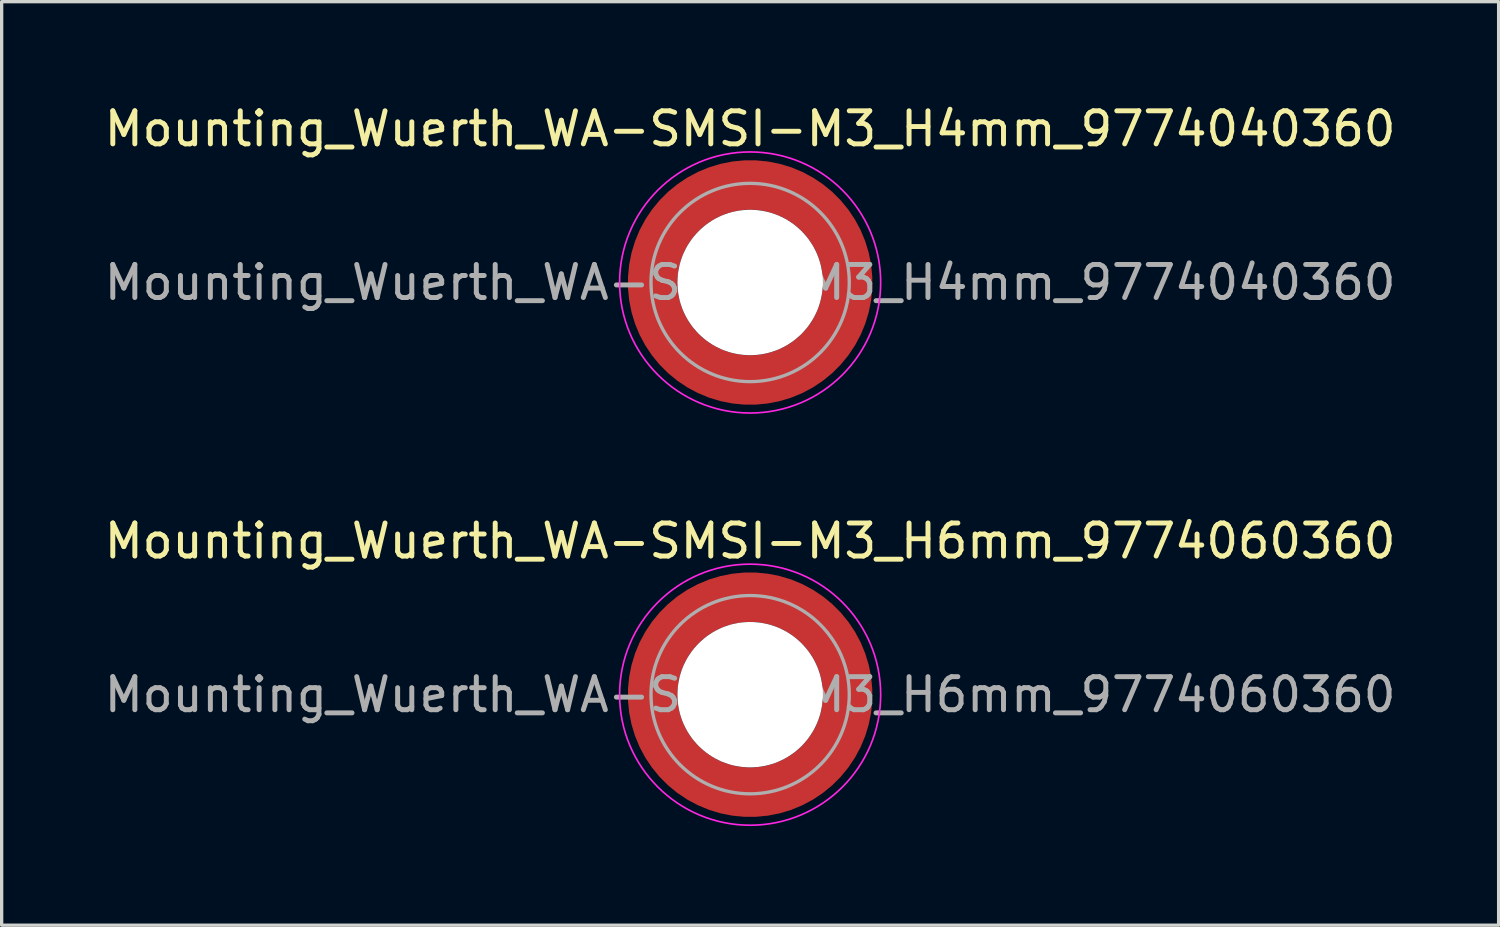
<source format=kicad_pcb>
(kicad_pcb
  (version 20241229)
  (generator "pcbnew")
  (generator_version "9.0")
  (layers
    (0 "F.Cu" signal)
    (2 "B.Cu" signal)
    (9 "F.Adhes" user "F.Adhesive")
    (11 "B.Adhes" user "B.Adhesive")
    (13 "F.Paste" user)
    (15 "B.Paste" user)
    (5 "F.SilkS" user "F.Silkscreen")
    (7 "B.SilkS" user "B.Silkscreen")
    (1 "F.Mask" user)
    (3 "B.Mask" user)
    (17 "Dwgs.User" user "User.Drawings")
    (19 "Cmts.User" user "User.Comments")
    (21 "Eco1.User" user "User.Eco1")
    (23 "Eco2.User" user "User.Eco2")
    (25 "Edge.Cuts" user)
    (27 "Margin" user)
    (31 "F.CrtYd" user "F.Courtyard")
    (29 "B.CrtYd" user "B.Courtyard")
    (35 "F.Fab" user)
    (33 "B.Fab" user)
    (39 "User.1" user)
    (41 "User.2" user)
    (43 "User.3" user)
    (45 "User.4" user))
  (footprint "Mounting_Wuerth_WA-SMSI-M3_H4mm_9774040360"
    (layer "F.Cu")
    (at 19.649 5.498)
    (property "Reference" "Mounting_Wuerth_WA-SMSI-M3_H4mm_9774040360" (at 0 -4.65 0) (layer "F.SilkS") (effects (font (size 1 1) (thickness 0.15))))
    (property "Mouser Part no." "" (at 0 0 0) (layer "F.Fab") (effects (font (size 1.27 1.27) (thickness 0.15))))
    (property "Mouser link" "" (at 0 0 0) (layer "F.Fab") (effects (font (size 1.27 1.27) (thickness 0.15))))
    (attr smd)
    (fp_circle (center 0 0) (end 3.95 0) (stroke (width 0.05) (type solid)) (fill no) (layer "F.CrtYd"))
    (fp_circle (center 0 0) (end 3 0) (stroke (width 0.1) (type solid)) (fill no) (layer "F.Fab"))
    (fp_text user "${REFERENCE}" (at 0 0 0) (layer "F.Fab") (effects (font (size 1 1) (thickness 0.15))))
    (pad "" smd custom (at -2.058 -2.058) (size 0.7 0.7) (layers "F.Paste") (options (anchor circle)) (primitives (gr_arc (start -0.377294 1.707681) (mid 0.317579 0.318817) (end 1.705947 -0.377044) (width 0.2)) (gr_arc (start -0.478281 1.707681) (mid 0.246161 0.248814) (end 1.703965 -0.477765) (width 0.2)) (gr_arc (start -0.579192 1.707681) (mid 0.175492 0.178063) (end 1.704077 -0.578711) (width 0.2)) (gr_arc (start -0.680037 1.707681) (mid 0.105568 0.106564) (end 1.706284 -0.679858) (width 0.2)) (gr_arc (start -0.780822 1.707681) (mid 0.034627 0.036085) (end 1.705634 -0.780569) (width 0.2)) (gr_arc (start -0.881554 1.707681) (mid -0.035694 -0.035016) (end 1.706729 -0.881441) (width 0.2)) (gr_arc (start -0.982237 1.707681) (mid -0.107281 -0.10485) (end 1.704266 -0.981842) (width 0.2)) (gr_arc (start -1.082877 1.707681) (mid -0.178372 -0.175181) (end 1.703197 -1.082374) (width 0.2)) (gr_arc (start -1.183476 1.707681) (mid -0.248964 -0.246008) (end 1.703525 -1.183025) (width 0.2)) (gr_arc (start -1.28404 1.707681) (mid -0.319062 -0.317333) (end 1.70525 -1.283784) (width 0.2)) (gr_line (start 1.708 -0.377) (end 1.708 -1.284) (width 0.2)) (gr_line (start -0.377 1.708) (end -1.284 1.708) (width 0.2))))
    (pad "" smd custom (at -2.058 2.058) (size 0.7 0.7) (layers "F.Paste") (options (anchor circle)) (primitives (gr_arc (start 1.707681 0.377294) (mid 0.318817 -0.317579) (end -0.377044 -1.705947) (width 0.2)) (gr_arc (start 1.707681 0.478281) (mid 0.248814 -0.246161) (end -0.477765 -1.703965) (width 0.2)) (gr_arc (start 1.707681 0.579192) (mid 0.178063 -0.175492) (end -0.578711 -1.704077) (width 0.2)) (gr_arc (start 1.707681 0.680037) (mid 0.106564 -0.105568) (end -0.679858 -1.706284) (width 0.2)) (gr_arc (start 1.707681 0.780822) (mid 0.036085 -0.034627) (end -0.780569 -1.705634) (width 0.2)) (gr_arc (start 1.707681 0.881554) (mid -0.035016 0.035694) (end -0.881441 -1.706729) (width 0.2)) (gr_arc (start 1.707681 0.982237) (mid -0.10485 0.107281) (end -0.981842 -1.704266) (width 0.2)) (gr_arc (start 1.707681 1.082877) (mid -0.175181 0.178372) (end -1.082374 -1.703197) (width 0.2)) (gr_arc (start 1.707681 1.183476) (mid -0.246008 0.248964) (end -1.183025 -1.703525) (width 0.2)) (gr_arc (start 1.707681 1.28404) (mid -0.317333 0.319062) (end -1.283784 -1.70525) (width 0.2)) (gr_line (start -0.377 -1.708) (end -1.284 -1.708) (width 0.2)) (gr_line (start 1.708 0.377) (end 1.708 1.284) (width 0.2))))
    (pad "" np_thru_hole circle (at 0 0) (size 4.4 4.4) (drill 4.4) (layers "*.Cu" "*.Mask"))
    (pad "" smd custom (at 2.058 -2.058) (size 0.7 0.7) (layers "F.Paste") (options (anchor circle)) (primitives (gr_arc (start -1.707681 -0.377294) (mid -0.318817 0.317579) (end 0.377044 1.705947) (width 0.2)) (gr_arc (start -1.707681 -0.478281) (mid -0.248814 0.246161) (end 0.477765 1.703965) (width 0.2)) (gr_arc (start -1.707681 -0.579192) (mid -0.178063 0.175492) (end 0.578711 1.704077) (width 0.2)) (gr_arc (start -1.707681 -0.680037) (mid -0.106564 0.105568) (end 0.679858 1.706284) (width 0.2)) (gr_arc (start -1.707681 -0.780822) (mid -0.036085 0.034627) (end 0.780569 1.705634) (width 0.2)) (gr_arc (start -1.707681 -0.881554) (mid 0.035016 -0.035694) (end 0.881441 1.706729) (width 0.2)) (gr_arc (start -1.707681 -0.982237) (mid 0.10485 -0.107281) (end 0.981842 1.704266) (width 0.2)) (gr_arc (start -1.707681 -1.082877) (mid 0.175181 -0.178372) (end 1.082374 1.703197) (width 0.2)) (gr_arc (start -1.707681 -1.183476) (mid 0.246008 -0.248964) (end 1.183025 1.703525) (width 0.2)) (gr_arc (start -1.707681 -1.28404) (mid 0.317333 -0.319062) (end 1.283784 1.70525) (width 0.2)) (gr_line (start 0.377 1.708) (end 1.284 1.708) (width 0.2)) (gr_line (start -1.708 -0.377) (end -1.708 -1.284) (width 0.2))))
    (pad "" smd custom (at 2.058 2.058) (size 0.7 0.7) (layers "F.Paste") (options (anchor circle)) (primitives (gr_arc (start 0.377294 -1.707681) (mid -0.317579 -0.318817) (end -1.705947 0.377044) (width 0.2)) (gr_arc (start 0.478281 -1.707681) (mid -0.246161 -0.248814) (end -1.703965 0.477765) (width 0.2)) (gr_arc (start 0.579192 -1.707681) (mid -0.175492 -0.178063) (end -1.704077 0.578711) (width 0.2)) (gr_arc (start 0.680037 -1.707681) (mid -0.105568 -0.106564) (end -1.706284 0.679858) (width 0.2)) (gr_arc (start 0.780822 -1.707681) (mid -0.034627 -0.036085) (end -1.705634 0.780569) (width 0.2)) (gr_arc (start 0.881554 -1.707681) (mid 0.035694 0.035016) (end -1.706729 0.881441) (width 0.2)) (gr_arc (start 0.982237 -1.707681) (mid 0.107281 0.10485) (end -1.704266 0.981842) (width 0.2)) (gr_arc (start 1.082877 -1.707681) (mid 0.178372 0.175181) (end -1.703197 1.082374) (width 0.2)) (gr_arc (start 1.183476 -1.707681) (mid 0.248964 0.246008) (end -1.703525 1.183025) (width 0.2)) (gr_arc (start 1.28404 -1.707681) (mid 0.319062 0.317333) (end -1.70525 1.283784) (width 0.2)) (gr_line (start -1.708 0.377) (end -1.708 1.284) (width 0.2)) (gr_line (start 0.377 -1.708) (end 1.284 -1.708) (width 0.2))))
    (pad "1" smd circle (at -2.95 0) (size 1.1 1.1) (layers "F.Cu"))
    (pad "1" smd circle (at 0 -2.95) (size 1.1 1.1) (layers "F.Cu"))
    (pad "1" smd circle (at 0 2.95) (size 1.1 1.1) (layers "F.Cu"))
    (pad "1" smd custom (at 2.95 0) (size 1.1 1.1) (layers "F.Cu" "F.Mask") (options (anchor circle)) (primitives (gr_circle (center -2.95 0) (end 0 0) (width 1.5) (fill no)))))
  (footprint "Mounting_Wuerth_WA-SMSI-M3_H6mm_9774060360"
    (layer "F.Cu")
    (at 19.649 17.971)
    (property "Reference" "Mounting_Wuerth_WA-SMSI-M3_H6mm_9774060360" (at 0 -4.65 0) (layer "F.SilkS") (effects (font (size 1 1) (thickness 0.15))))
    (property "Mouser Part no." "" (at 0 0 0) (layer "F.Fab") (effects (font (size 1.27 1.27) (thickness 0.15))))
    (property "Mouser link" "" (at 0 0 0) (layer "F.Fab") (effects (font (size 1.27 1.27) (thickness 0.15))))
    (attr smd)
    (fp_circle (center 0 0) (end 3.95 0) (stroke (width 0.05) (type solid)) (fill no) (layer "F.CrtYd"))
    (fp_circle (center 0 0) (end 3 0) (stroke (width 0.1) (type solid)) (fill no) (layer "F.Fab"))
    (fp_text user "${REFERENCE}" (at 0 0 0) (layer "F.Fab") (effects (font (size 1 1) (thickness 0.15))))
    (pad "" smd custom (at -2.058 -2.058) (size 0.7 0.7) (layers "F.Paste") (options (anchor circle)) (primitives (gr_arc (start -0.377294 1.707681) (mid 0.317579 0.318817) (end 1.705947 -0.377044) (width 0.2)) (gr_arc (start -0.478281 1.707681) (mid 0.246161 0.248814) (end 1.703965 -0.477765) (width 0.2)) (gr_arc (start -0.579192 1.707681) (mid 0.175492 0.178063) (end 1.704077 -0.578711) (width 0.2)) (gr_arc (start -0.680037 1.707681) (mid 0.105568 0.106564) (end 1.706284 -0.679858) (width 0.2)) (gr_arc (start -0.780822 1.707681) (mid 0.034627 0.036085) (end 1.705634 -0.780569) (width 0.2)) (gr_arc (start -0.881554 1.707681) (mid -0.035694 -0.035016) (end 1.706729 -0.881441) (width 0.2)) (gr_arc (start -0.982237 1.707681) (mid -0.107281 -0.10485) (end 1.704266 -0.981842) (width 0.2)) (gr_arc (start -1.082877 1.707681) (mid -0.178372 -0.175181) (end 1.703197 -1.082374) (width 0.2)) (gr_arc (start -1.183476 1.707681) (mid -0.248964 -0.246008) (end 1.703525 -1.183025) (width 0.2)) (gr_arc (start -1.28404 1.707681) (mid -0.319062 -0.317333) (end 1.70525 -1.283784) (width 0.2)) (gr_line (start 1.708 -0.377) (end 1.708 -1.284) (width 0.2)) (gr_line (start -0.377 1.708) (end -1.284 1.708) (width 0.2))))
    (pad "" smd custom (at -2.058 2.058) (size 0.7 0.7) (layers "F.Paste") (options (anchor circle)) (primitives (gr_arc (start 1.707681 0.377294) (mid 0.318817 -0.317579) (end -0.377044 -1.705947) (width 0.2)) (gr_arc (start 1.707681 0.478281) (mid 0.248814 -0.246161) (end -0.477765 -1.703965) (width 0.2)) (gr_arc (start 1.707681 0.579192) (mid 0.178063 -0.175492) (end -0.578711 -1.704077) (width 0.2)) (gr_arc (start 1.707681 0.680037) (mid 0.106564 -0.105568) (end -0.679858 -1.706284) (width 0.2)) (gr_arc (start 1.707681 0.780822) (mid 0.036085 -0.034627) (end -0.780569 -1.705634) (width 0.2)) (gr_arc (start 1.707681 0.881554) (mid -0.035016 0.035694) (end -0.881441 -1.706729) (width 0.2)) (gr_arc (start 1.707681 0.982237) (mid -0.10485 0.107281) (end -0.981842 -1.704266) (width 0.2)) (gr_arc (start 1.707681 1.082877) (mid -0.175181 0.178372) (end -1.082374 -1.703197) (width 0.2)) (gr_arc (start 1.707681 1.183476) (mid -0.246008 0.248964) (end -1.183025 -1.703525) (width 0.2)) (gr_arc (start 1.707681 1.28404) (mid -0.317333 0.319062) (end -1.283784 -1.70525) (width 0.2)) (gr_line (start -0.377 -1.708) (end -1.284 -1.708) (width 0.2)) (gr_line (start 1.708 0.377) (end 1.708 1.284) (width 0.2))))
    (pad "" np_thru_hole circle (at 0 0) (size 4.4 4.4) (drill 4.4) (layers "*.Cu" "*.Mask"))
    (pad "" smd custom (at 2.058 -2.058) (size 0.7 0.7) (layers "F.Paste") (options (anchor circle)) (primitives (gr_arc (start -1.707681 -0.377294) (mid -0.318817 0.317579) (end 0.377044 1.705947) (width 0.2)) (gr_arc (start -1.707681 -0.478281) (mid -0.248814 0.246161) (end 0.477765 1.703965) (width 0.2)) (gr_arc (start -1.707681 -0.579192) (mid -0.178063 0.175492) (end 0.578711 1.704077) (width 0.2)) (gr_arc (start -1.707681 -0.680037) (mid -0.106564 0.105568) (end 0.679858 1.706284) (width 0.2)) (gr_arc (start -1.707681 -0.780822) (mid -0.036085 0.034627) (end 0.780569 1.705634) (width 0.2)) (gr_arc (start -1.707681 -0.881554) (mid 0.035016 -0.035694) (end 0.881441 1.706729) (width 0.2)) (gr_arc (start -1.707681 -0.982237) (mid 0.10485 -0.107281) (end 0.981842 1.704266) (width 0.2)) (gr_arc (start -1.707681 -1.082877) (mid 0.175181 -0.178372) (end 1.082374 1.703197) (width 0.2)) (gr_arc (start -1.707681 -1.183476) (mid 0.246008 -0.248964) (end 1.183025 1.703525) (width 0.2)) (gr_arc (start -1.707681 -1.28404) (mid 0.317333 -0.319062) (end 1.283784 1.70525) (width 0.2)) (gr_line (start 0.377 1.708) (end 1.284 1.708) (width 0.2)) (gr_line (start -1.708 -0.377) (end -1.708 -1.284) (width 0.2))))
    (pad "" smd custom (at 2.058 2.058) (size 0.7 0.7) (layers "F.Paste") (options (anchor circle)) (primitives (gr_arc (start 0.377294 -1.707681) (mid -0.317579 -0.318817) (end -1.705947 0.377044) (width 0.2)) (gr_arc (start 0.478281 -1.707681) (mid -0.246161 -0.248814) (end -1.703965 0.477765) (width 0.2)) (gr_arc (start 0.579192 -1.707681) (mid -0.175492 -0.178063) (end -1.704077 0.578711) (width 0.2)) (gr_arc (start 0.680037 -1.707681) (mid -0.105568 -0.106564) (end -1.706284 0.679858) (width 0.2)) (gr_arc (start 0.780822 -1.707681) (mid -0.034627 -0.036085) (end -1.705634 0.780569) (width 0.2)) (gr_arc (start 0.881554 -1.707681) (mid 0.035694 0.035016) (end -1.706729 0.881441) (width 0.2)) (gr_arc (start 0.982237 -1.707681) (mid 0.107281 0.10485) (end -1.704266 0.981842) (width 0.2)) (gr_arc (start 1.082877 -1.707681) (mid 0.178372 0.175181) (end -1.703197 1.082374) (width 0.2)) (gr_arc (start 1.183476 -1.707681) (mid 0.248964 0.246008) (end -1.703525 1.183025) (width 0.2)) (gr_arc (start 1.28404 -1.707681) (mid 0.319062 0.317333) (end -1.70525 1.283784) (width 0.2)) (gr_line (start -1.708 0.377) (end -1.708 1.284) (width 0.2)) (gr_line (start 0.377 -1.708) (end 1.284 -1.708) (width 0.2))))
    (pad "1" smd circle (at -2.95 0) (size 1.1 1.1) (layers "F.Cu"))
    (pad "1" smd circle (at 0 -2.95) (size 1.1 1.1) (layers "F.Cu"))
    (pad "1" smd circle (at 0 2.95) (size 1.1 1.1) (layers "F.Cu"))
    (pad "1" smd custom (at 2.95 0) (size 1.1 1.1) (layers "F.Cu" "F.Mask") (options (anchor circle)) (primitives (gr_circle (center -2.95 0) (end 0 0) (width 1.5) (fill no)))))
  (gr_rect
    (start -3 -3)
    (end 42.298 24.947)
    (stroke (width 0.1) (type default))
    (fill no)
    (layer "Edge.Cuts")))
</source>
